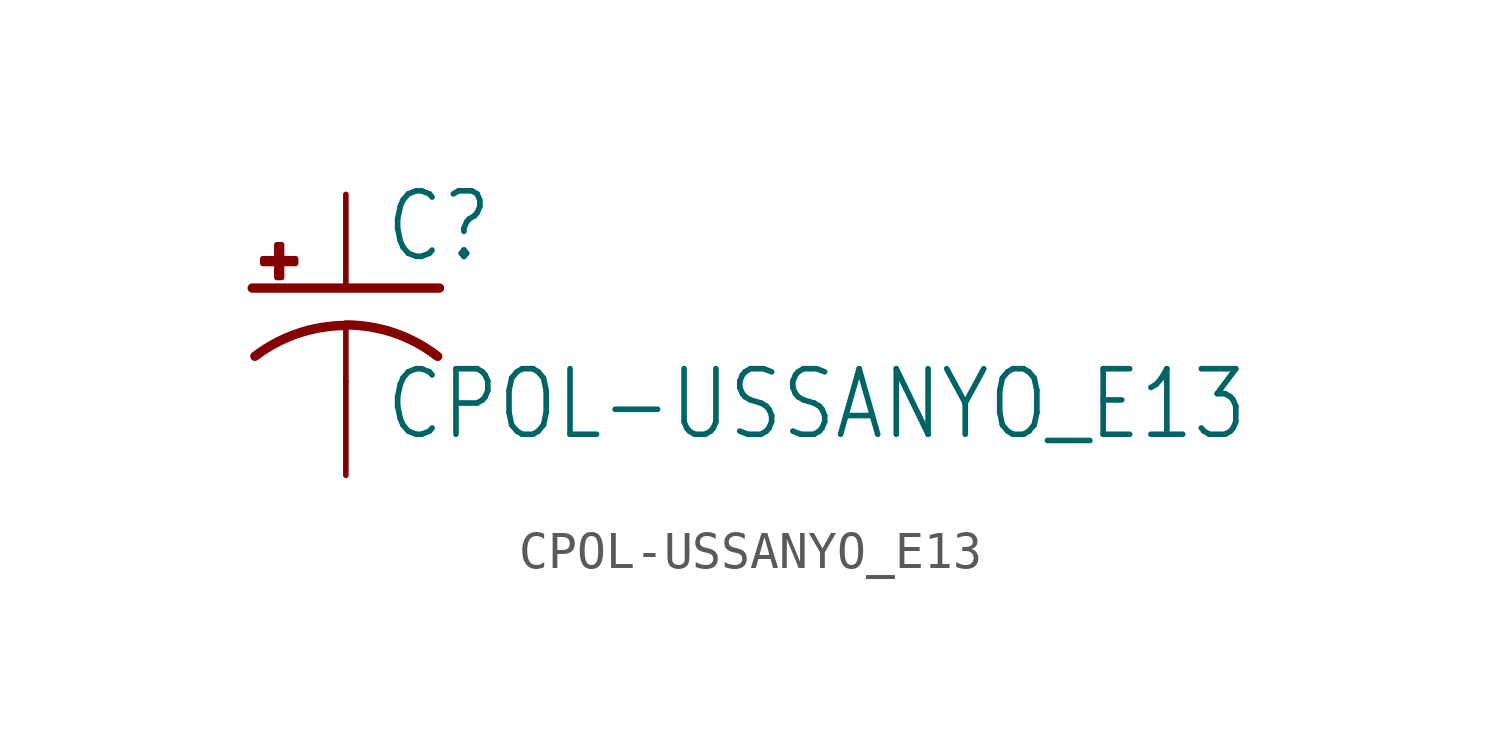
<source format=kicad_sym>
(kicad_symbol_lib
  (version 20220914)
  (generator kicad_symbol_editor)
  (symbol "CPOL-USSANYO_E13"
    (property "Reference" "C"
      (at 1.016 0.635 0)
      (effects (font (size 1.778 1.511)) (justify left bottom)))
    (property "Value" "CPOL-USSANYO_E13"
      (at 1.016 -4.191 0)
      (effects (font (size 1.778 1.511)) (justify left bottom)))
    (property "ki_locked" ""
      (at 0 0 0)
      (effects (font (size 1.27 1.27))))
    (symbol "CPOL-USSANYO_E13_1_0"
      (rectangle (start -2.253 0.668) (end -1.364 0.795) (stroke (width 0) (type default)) (fill (type outline)))
      (rectangle (start -1.872 0.287) (end -1.745 1.176) (stroke (width 0) (type default)) (fill (type outline)))
      (arc (start 0 -1.0161) (mid -1.3021 -1.2302) (end -2.4669 -1.8504) (stroke (width 0.254) (type default)) (fill (type none)))
      (polyline (pts (xy -2.54 0) (xy 2.54 0)) (stroke (width 0.254) (type default)) (fill (type none)))
      (polyline (pts (xy 0 -1.016) (xy 0 -2.54)) (stroke (width 0.152) (type default)) (fill (type none)))
      (arc (start 2.4892 -1.8542) (mid 1.3158 -1.2195) (end 0 -1) (stroke (width 0.254) (type default)) (fill (type none)))
      (pin passive line (at 0 2.54 270) (length 2.54) (name "+" (effects (font (size 0 0)))) (number "+" (effects (font (size 0 0)))))
      (pin passive line (at 0 -5.08 90) (length 2.54) (name "-" (effects (font (size 0 0)))) (number "-" (effects (font (size 0 0))))))))
</source>
